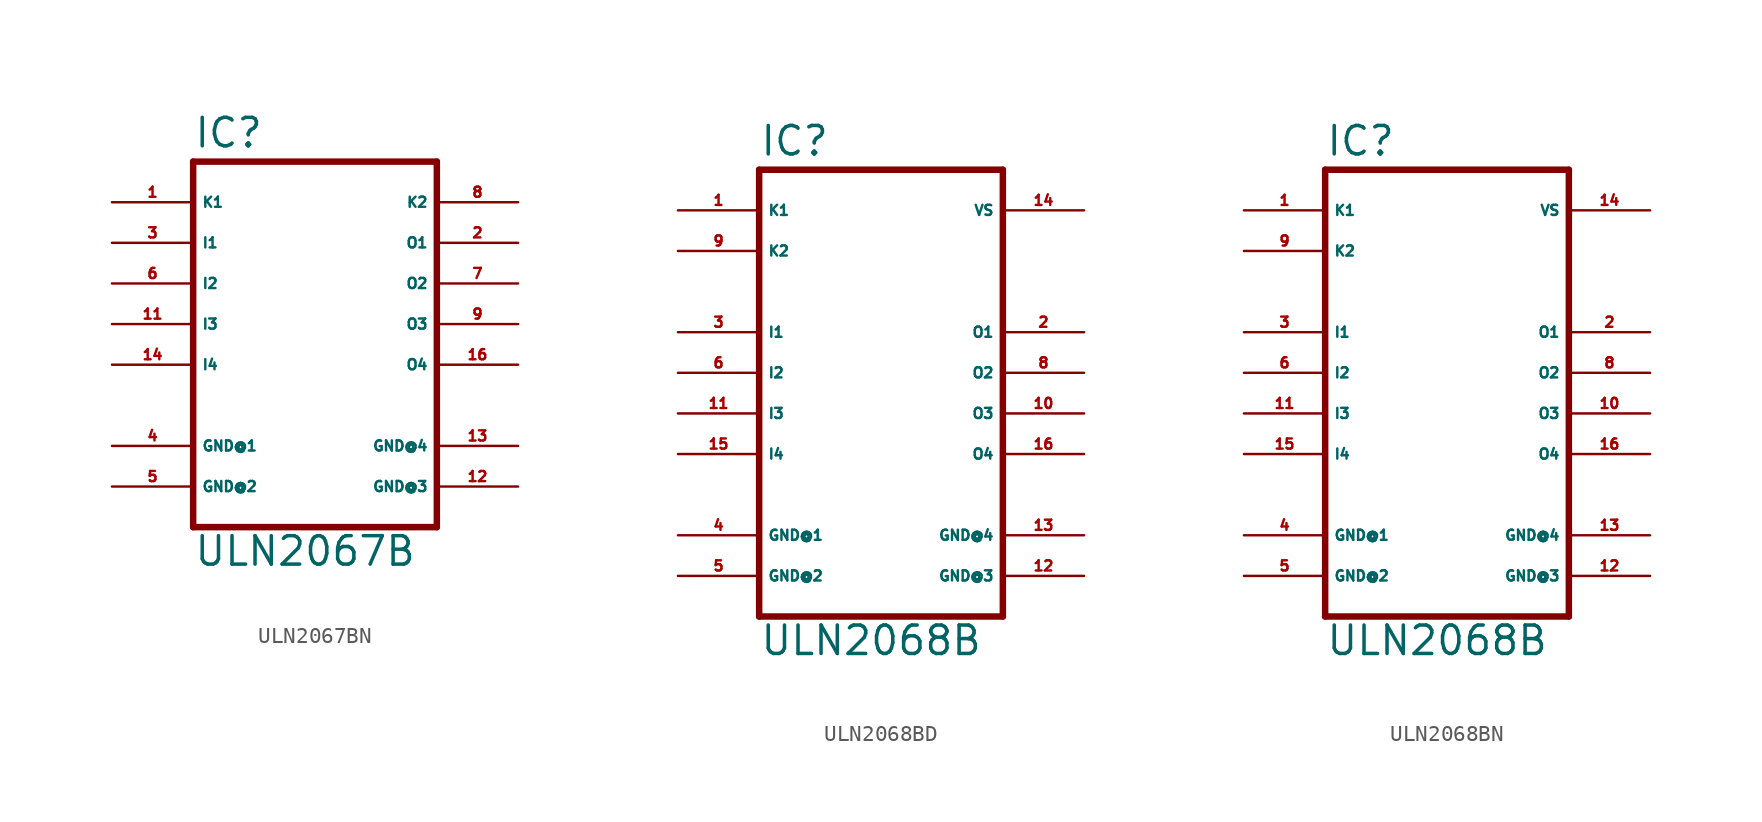
<source format=kicad_sym>
(kicad_symbol_lib
  (version 20220914)
  (generator Eagle2Kicad)
  (symbol "ULN2067BN"
    (property "Reference" "IC"
      (at -7.62 10.922 0)
      (effects (font (size 1.778 1.778) (thickness 0.22)) (justify left bottom)))
    (property "Value" "ULN2067B"
      (at -7.62 -15.24 0)
      (effects (font (size 1.778 1.778) (thickness 0.22)) (justify left bottom)))
    (polyline
      (pts (xy -7.62 10.16) (xy 7.62 10.16))
      (stroke (width 0.406) (type default))
      (fill (type none)))
    (polyline
      (pts (xy 7.62 -12.7) (xy 7.62 10.16))
      (stroke (width 0.406) (type default))
      (fill (type none)))
    (polyline
      (pts (xy 7.62 -12.7) (xy -7.62 -12.7))
      (stroke (width 0.406) (type default))
      (fill (type none)))
    (polyline
      (pts (xy -7.62 10.16) (xy -7.62 -12.7))
      (stroke (width 0.406) (type default))
      (fill (type none)))
    (pin input line
      (at -12.7 5.08 0)
      (length 5.08)
      (name "I1" (effects (font (size 0.635 0.635) (thickness 0.08)) (justify left bottom)))
      (number "3" (effects (font (size 0.635 0.635) (thickness 0.08)) (justify left bottom))))
    (pin input line
      (at -12.7 2.54 0)
      (length 5.08)
      (name "I2" (effects (font (size 0.635 0.635) (thickness 0.08)) (justify left bottom)))
      (number "6" (effects (font (size 0.635 0.635) (thickness 0.08)) (justify left bottom))))
    (pin input line
      (at -12.7 0 0)
      (length 5.08)
      (name "I3" (effects (font (size 0.635 0.635) (thickness 0.08)) (justify left bottom)))
      (number "11" (effects (font (size 0.635 0.635) (thickness 0.08)) (justify left bottom))))
    (pin input line
      (at -12.7 -2.54 0)
      (length 5.08)
      (name "I4" (effects (font (size 0.635 0.635) (thickness 0.08)) (justify left bottom)))
      (number "14" (effects (font (size 0.635 0.635) (thickness 0.08)) (justify left bottom))))
    (pin open_collector line
      (at 12.7 5.08 180)
      (length 5.08)
      (name "O1" (effects (font (size 0.635 0.635) (thickness 0.08)) (justify left bottom)))
      (number "2" (effects (font (size 0.635 0.635) (thickness 0.08)) (justify left bottom))))
    (pin open_collector line
      (at 12.7 2.54 180)
      (length 5.08)
      (name "O2" (effects (font (size 0.635 0.635) (thickness 0.08)) (justify left bottom)))
      (number "7" (effects (font (size 0.635 0.635) (thickness 0.08)) (justify left bottom))))
    (pin open_collector line
      (at 12.7 0 180)
      (length 5.08)
      (name "O3" (effects (font (size 0.635 0.635) (thickness 0.08)) (justify left bottom)))
      (number "9" (effects (font (size 0.635 0.635) (thickness 0.08)) (justify left bottom))))
    (pin open_collector line
      (at 12.7 -2.54 180)
      (length 5.08)
      (name "O4" (effects (font (size 0.635 0.635) (thickness 0.08)) (justify left bottom)))
      (number "16" (effects (font (size 0.635 0.635) (thickness 0.08)) (justify left bottom))))
    (pin passive line
      (at 12.7 7.62 180)
      (length 5.08)
      (name "K2" (effects (font (size 0.635 0.635) (thickness 0.08)) (justify left bottom)))
      (number "8" (effects (font (size 0.635 0.635) (thickness 0.08)) (justify left bottom))))
    (pin unspecified line
      (at -12.7 -10.16 0)
      (length 5.08)
      (name "GND@2" (effects (font (size 0.635 0.635) (thickness 0.08)) (justify left bottom)))
      (number "5" (effects (font (size 0.635 0.635) (thickness 0.08)) (justify left bottom))))
    (pin passive line
      (at -12.7 7.62 0)
      (length 5.08)
      (name "K1" (effects (font (size 0.635 0.635) (thickness 0.08)) (justify left bottom)))
      (number "1" (effects (font (size 0.635 0.635) (thickness 0.08)) (justify left bottom))))
    (pin unspecified line
      (at 12.7 -7.62 180)
      (length 5.08)
      (name "GND@4" (effects (font (size 0.635 0.635) (thickness 0.08)) (justify left bottom)))
      (number "13" (effects (font (size 0.635 0.635) (thickness 0.08)) (justify left bottom))))
    (pin unspecified line
      (at -12.7 -7.62 0)
      (length 5.08)
      (name "GND@1" (effects (font (size 0.635 0.635) (thickness 0.08)) (justify left bottom)))
      (number "4" (effects (font (size 0.635 0.635) (thickness 0.08)) (justify left bottom))))
    (pin unspecified line
      (at 12.7 -10.16 180)
      (length 5.08)
      (name "GND@3" (effects (font (size 0.635 0.635) (thickness 0.08)) (justify left bottom)))
      (number "12" (effects (font (size 0.635 0.635) (thickness 0.08)) (justify left bottom)))))
  (symbol "ULN2068BD"
    (property "Reference" "IC"
      (at -7.62 13.462 0)
      (effects (font (size 1.778 1.778) (thickness 0.22)) (justify left bottom)))
    (property "Value" "ULN2068B"
      (at -7.62 -17.78 0)
      (effects (font (size 1.778 1.778) (thickness 0.22)) (justify left bottom)))
    (polyline
      (pts (xy -7.62 12.7) (xy 7.62 12.7))
      (stroke (width 0.406) (type default))
      (fill (type none)))
    (polyline
      (pts (xy 7.62 -15.24) (xy 7.62 12.7))
      (stroke (width 0.406) (type default))
      (fill (type none)))
    (polyline
      (pts (xy 7.62 -15.24) (xy -7.62 -15.24))
      (stroke (width 0.406) (type default))
      (fill (type none)))
    (polyline
      (pts (xy -7.62 12.7) (xy -7.62 -15.24))
      (stroke (width 0.406) (type default))
      (fill (type none)))
    (pin input line
      (at -12.7 2.54 0)
      (length 5.08)
      (name "I1" (effects (font (size 0.635 0.635) (thickness 0.08)) (justify left bottom)))
      (number "3" (effects (font (size 0.635 0.635) (thickness 0.08)) (justify left bottom))))
    (pin input line
      (at -12.7 0 0)
      (length 5.08)
      (name "I2" (effects (font (size 0.635 0.635) (thickness 0.08)) (justify left bottom)))
      (number "6" (effects (font (size 0.635 0.635) (thickness 0.08)) (justify left bottom))))
    (pin input line
      (at -12.7 -2.54 0)
      (length 5.08)
      (name "I3" (effects (font (size 0.635 0.635) (thickness 0.08)) (justify left bottom)))
      (number "11" (effects (font (size 0.635 0.635) (thickness 0.08)) (justify left bottom))))
    (pin input line
      (at -12.7 -5.08 0)
      (length 5.08)
      (name "I4" (effects (font (size 0.635 0.635) (thickness 0.08)) (justify left bottom)))
      (number "15" (effects (font (size 0.635 0.635) (thickness 0.08)) (justify left bottom))))
    (pin open_collector line
      (at 12.7 2.54 180)
      (length 5.08)
      (name "O1" (effects (font (size 0.635 0.635) (thickness 0.08)) (justify left bottom)))
      (number "2" (effects (font (size 0.635 0.635) (thickness 0.08)) (justify left bottom))))
    (pin open_collector line
      (at 12.7 0 180)
      (length 5.08)
      (name "O2" (effects (font (size 0.635 0.635) (thickness 0.08)) (justify left bottom)))
      (number "8" (effects (font (size 0.635 0.635) (thickness 0.08)) (justify left bottom))))
    (pin open_collector line
      (at 12.7 -2.54 180)
      (length 5.08)
      (name "O3" (effects (font (size 0.635 0.635) (thickness 0.08)) (justify left bottom)))
      (number "10" (effects (font (size 0.635 0.635) (thickness 0.08)) (justify left bottom))))
    (pin open_collector line
      (at 12.7 -5.08 180)
      (length 5.08)
      (name "O4" (effects (font (size 0.635 0.635) (thickness 0.08)) (justify left bottom)))
      (number "16" (effects (font (size 0.635 0.635) (thickness 0.08)) (justify left bottom))))
    (pin passive line
      (at -12.7 7.62 0)
      (length 5.08)
      (name "K2" (effects (font (size 0.635 0.635) (thickness 0.08)) (justify left bottom)))
      (number "9" (effects (font (size 0.635 0.635) (thickness 0.08)) (justify left bottom))))
    (pin unspecified line
      (at -12.7 -12.7 0)
      (length 5.08)
      (name "GND@2" (effects (font (size 0.635 0.635) (thickness 0.08)) (justify left bottom)))
      (number "5" (effects (font (size 0.635 0.635) (thickness 0.08)) (justify left bottom))))
    (pin passive line
      (at -12.7 10.16 0)
      (length 5.08)
      (name "K1" (effects (font (size 0.635 0.635) (thickness 0.08)) (justify left bottom)))
      (number "1" (effects (font (size 0.635 0.635) (thickness 0.08)) (justify left bottom))))
    (pin unspecified line
      (at 12.7 -10.16 180)
      (length 5.08)
      (name "GND@4" (effects (font (size 0.635 0.635) (thickness 0.08)) (justify left bottom)))
      (number "13" (effects (font (size 0.635 0.635) (thickness 0.08)) (justify left bottom))))
    (pin unspecified line
      (at -12.7 -10.16 0)
      (length 5.08)
      (name "GND@1" (effects (font (size 0.635 0.635) (thickness 0.08)) (justify left bottom)))
      (number "4" (effects (font (size 0.635 0.635) (thickness 0.08)) (justify left bottom))))
    (pin unspecified line
      (at 12.7 -12.7 180)
      (length 5.08)
      (name "GND@3" (effects (font (size 0.635 0.635) (thickness 0.08)) (justify left bottom)))
      (number "12" (effects (font (size 0.635 0.635) (thickness 0.08)) (justify left bottom))))
    (pin unspecified line
      (at 12.7 10.16 180)
      (length 5.08)
      (name "VS" (effects (font (size 0.635 0.635) (thickness 0.08)) (justify left bottom)))
      (number "14" (effects (font (size 0.635 0.635) (thickness 0.08)) (justify left bottom)))))
  (symbol "ULN2068BN"
    (property "Reference" "IC"
      (at -7.62 13.462 0)
      (effects (font (size 1.778 1.778) (thickness 0.22)) (justify left bottom)))
    (property "Value" "ULN2068B"
      (at -7.62 -17.78 0)
      (effects (font (size 1.778 1.778) (thickness 0.22)) (justify left bottom)))
    (polyline
      (pts (xy -7.62 12.7) (xy 7.62 12.7))
      (stroke (width 0.406) (type default))
      (fill (type none)))
    (polyline
      (pts (xy 7.62 -15.24) (xy 7.62 12.7))
      (stroke (width 0.406) (type default))
      (fill (type none)))
    (polyline
      (pts (xy 7.62 -15.24) (xy -7.62 -15.24))
      (stroke (width 0.406) (type default))
      (fill (type none)))
    (polyline
      (pts (xy -7.62 12.7) (xy -7.62 -15.24))
      (stroke (width 0.406) (type default))
      (fill (type none)))
    (pin input line
      (at -12.7 2.54 0)
      (length 5.08)
      (name "I1" (effects (font (size 0.635 0.635) (thickness 0.08)) (justify left bottom)))
      (number "3" (effects (font (size 0.635 0.635) (thickness 0.08)) (justify left bottom))))
    (pin input line
      (at -12.7 0 0)
      (length 5.08)
      (name "I2" (effects (font (size 0.635 0.635) (thickness 0.08)) (justify left bottom)))
      (number "6" (effects (font (size 0.635 0.635) (thickness 0.08)) (justify left bottom))))
    (pin input line
      (at -12.7 -2.54 0)
      (length 5.08)
      (name "I3" (effects (font (size 0.635 0.635) (thickness 0.08)) (justify left bottom)))
      (number "11" (effects (font (size 0.635 0.635) (thickness 0.08)) (justify left bottom))))
    (pin input line
      (at -12.7 -5.08 0)
      (length 5.08)
      (name "I4" (effects (font (size 0.635 0.635) (thickness 0.08)) (justify left bottom)))
      (number "15" (effects (font (size 0.635 0.635) (thickness 0.08)) (justify left bottom))))
    (pin open_collector line
      (at 12.7 2.54 180)
      (length 5.08)
      (name "O1" (effects (font (size 0.635 0.635) (thickness 0.08)) (justify left bottom)))
      (number "2" (effects (font (size 0.635 0.635) (thickness 0.08)) (justify left bottom))))
    (pin open_collector line
      (at 12.7 0 180)
      (length 5.08)
      (name "O2" (effects (font (size 0.635 0.635) (thickness 0.08)) (justify left bottom)))
      (number "8" (effects (font (size 0.635 0.635) (thickness 0.08)) (justify left bottom))))
    (pin open_collector line
      (at 12.7 -2.54 180)
      (length 5.08)
      (name "O3" (effects (font (size 0.635 0.635) (thickness 0.08)) (justify left bottom)))
      (number "10" (effects (font (size 0.635 0.635) (thickness 0.08)) (justify left bottom))))
    (pin open_collector line
      (at 12.7 -5.08 180)
      (length 5.08)
      (name "O4" (effects (font (size 0.635 0.635) (thickness 0.08)) (justify left bottom)))
      (number "16" (effects (font (size 0.635 0.635) (thickness 0.08)) (justify left bottom))))
    (pin passive line
      (at -12.7 7.62 0)
      (length 5.08)
      (name "K2" (effects (font (size 0.635 0.635) (thickness 0.08)) (justify left bottom)))
      (number "9" (effects (font (size 0.635 0.635) (thickness 0.08)) (justify left bottom))))
    (pin unspecified line
      (at -12.7 -12.7 0)
      (length 5.08)
      (name "GND@2" (effects (font (size 0.635 0.635) (thickness 0.08)) (justify left bottom)))
      (number "5" (effects (font (size 0.635 0.635) (thickness 0.08)) (justify left bottom))))
    (pin passive line
      (at -12.7 10.16 0)
      (length 5.08)
      (name "K1" (effects (font (size 0.635 0.635) (thickness 0.08)) (justify left bottom)))
      (number "1" (effects (font (size 0.635 0.635) (thickness 0.08)) (justify left bottom))))
    (pin unspecified line
      (at 12.7 -10.16 180)
      (length 5.08)
      (name "GND@4" (effects (font (size 0.635 0.635) (thickness 0.08)) (justify left bottom)))
      (number "13" (effects (font (size 0.635 0.635) (thickness 0.08)) (justify left bottom))))
    (pin unspecified line
      (at -12.7 -10.16 0)
      (length 5.08)
      (name "GND@1" (effects (font (size 0.635 0.635) (thickness 0.08)) (justify left bottom)))
      (number "4" (effects (font (size 0.635 0.635) (thickness 0.08)) (justify left bottom))))
    (pin unspecified line
      (at 12.7 -12.7 180)
      (length 5.08)
      (name "GND@3" (effects (font (size 0.635 0.635) (thickness 0.08)) (justify left bottom)))
      (number "12" (effects (font (size 0.635 0.635) (thickness 0.08)) (justify left bottom))))
    (pin unspecified line
      (at 12.7 10.16 180)
      (length 5.08)
      (name "VS" (effects (font (size 0.635 0.635) (thickness 0.08)) (justify left bottom)))
      (number "14" (effects (font (size 0.635 0.635) (thickness 0.08)) (justify left bottom))))))
</source>
